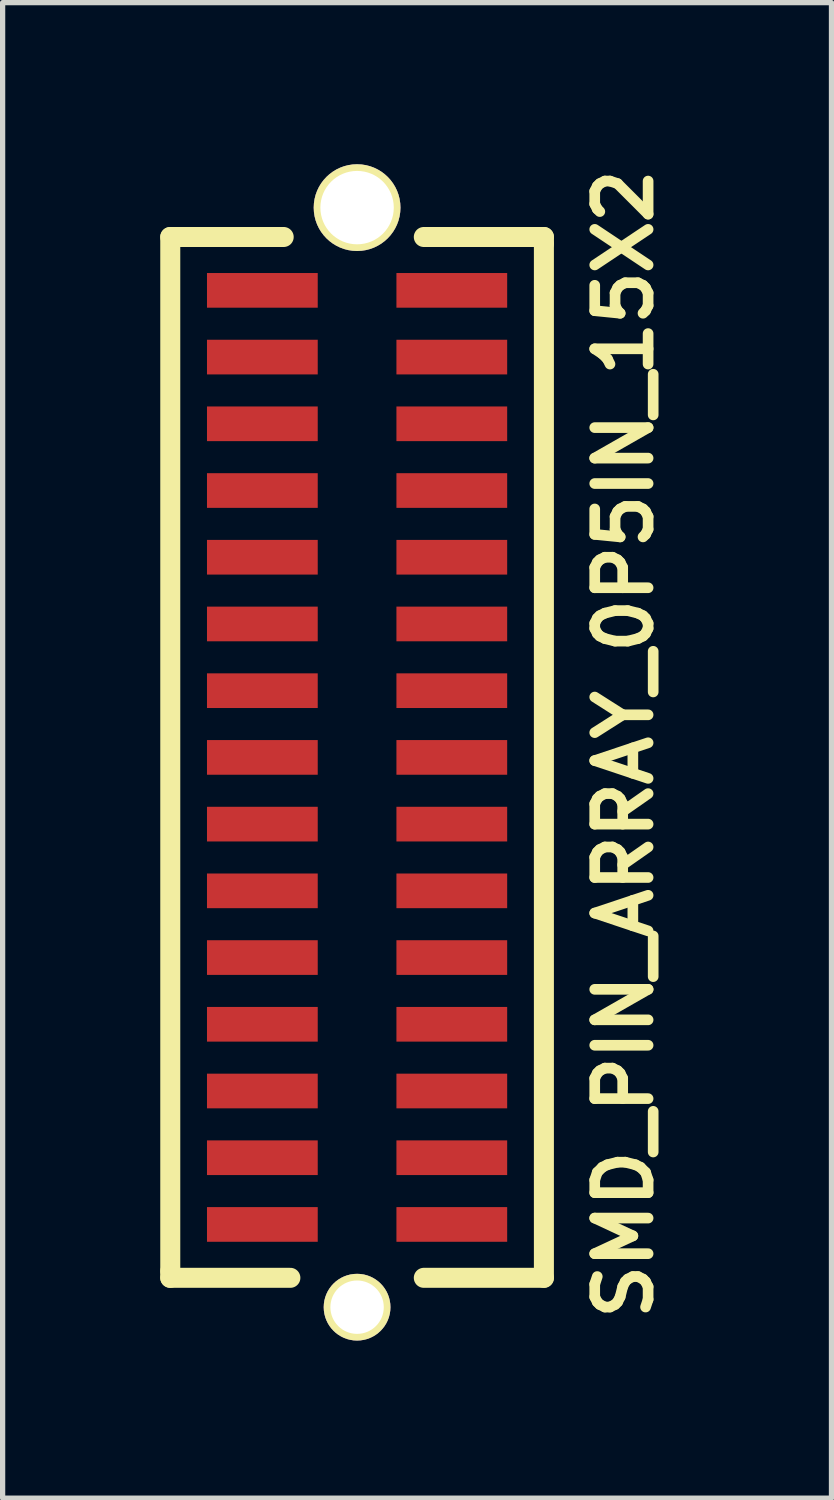
<source format=kicad_pcb>
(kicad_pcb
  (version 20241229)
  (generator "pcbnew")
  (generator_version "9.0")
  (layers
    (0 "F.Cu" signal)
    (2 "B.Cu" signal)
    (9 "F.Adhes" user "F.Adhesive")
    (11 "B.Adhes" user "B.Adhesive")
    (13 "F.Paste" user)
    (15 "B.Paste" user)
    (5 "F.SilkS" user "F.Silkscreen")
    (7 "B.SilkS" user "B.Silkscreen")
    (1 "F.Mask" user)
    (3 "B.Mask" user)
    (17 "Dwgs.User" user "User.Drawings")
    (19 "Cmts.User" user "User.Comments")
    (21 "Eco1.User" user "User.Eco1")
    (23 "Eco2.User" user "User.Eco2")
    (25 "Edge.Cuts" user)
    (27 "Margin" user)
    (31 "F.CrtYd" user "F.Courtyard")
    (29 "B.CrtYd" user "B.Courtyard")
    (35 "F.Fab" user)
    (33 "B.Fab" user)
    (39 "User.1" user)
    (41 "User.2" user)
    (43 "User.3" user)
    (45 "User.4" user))
  (footprint "SMD_PIN_ARRAY_0P5IN_15X2"
    (layer "F.Cu")
    (at 3.747 11.367)
    (property "Reference" "SMD_PIN_ARRAY_0P5IN_15X2" (at 5.08 -0.254 90) (layer "F.SilkS") (effects (font (size 1.016 1.016) (thickness 0.203))))
    (attr through_hole)
    (fp_line (start -3.556 -9.906) (end -3.556 9.779) (stroke (width 0.381) (type solid)) (layer "F.SilkS"))
    (fp_line (start -3.556 -9.906) (end -1.397 -9.906) (stroke (width 0.381) (type solid)) (layer "F.SilkS"))
    (fp_line (start -3.556 9.779) (end -3.556 9.906) (stroke (width 0.381) (type solid)) (layer "F.SilkS"))
    (fp_line (start -3.556 9.906) (end -1.27 9.906) (stroke (width 0.381) (type solid)) (layer "F.SilkS"))
    (fp_line (start 1.27 9.906) (end 3.556 9.906) (stroke (width 0.381) (type solid)) (layer "F.SilkS"))
    (fp_line (start 3.556 -9.906) (end 1.27 -9.906) (stroke (width 0.381) (type solid)) (layer "F.SilkS"))
    (fp_line (start 3.556 -9.779) (end 3.556 -9.906) (stroke (width 0.381) (type solid)) (layer "F.SilkS"))
    (fp_line (start 3.556 9.906) (end 3.556 -9.779) (stroke (width 0.381) (type solid)) (layer "F.SilkS"))
    (pad "" thru_hole circle (at 0 -10.465) (size 1.651 1.651) (drill 1.397) (layers "*.Cu" "*.Mask" "F.SilkS"))
    (pad "" thru_hole circle (at 0 10.465) (size 1.27 1.27) (drill 1.016) (layers "*.Cu" "*.Mask" "F.SilkS"))
    (pad "1" smd rect (at -1.803 -8.89) (size 2.108 0.66) (layers "F.Cu" "F.Mask" "F.Paste"))
    (pad "2" smd rect (at 1.803 -8.89) (size 2.108 0.66) (layers "F.Cu" "F.Mask" "F.Paste"))
    (pad "3" smd rect (at -1.803 -7.62) (size 2.108 0.66) (layers "F.Cu" "F.Mask" "F.Paste"))
    (pad "4" smd rect (at 1.803 -7.62) (size 2.108 0.66) (layers "F.Cu" "F.Mask" "F.Paste"))
    (pad "5" smd rect (at -1.803 -6.35) (size 2.108 0.66) (layers "F.Cu" "F.Mask" "F.Paste"))
    (pad "6" smd rect (at 1.803 -6.35) (size 2.108 0.66) (layers "F.Cu" "F.Mask" "F.Paste"))
    (pad "7" smd rect (at -1.803 -5.08) (size 2.108 0.66) (layers "F.Cu" "F.Mask" "F.Paste"))
    (pad "8" smd rect (at 1.803 -5.08) (size 2.108 0.66) (layers "F.Cu" "F.Mask" "F.Paste"))
    (pad "9" smd rect (at -1.803 -3.81) (size 2.108 0.66) (layers "F.Cu" "F.Mask" "F.Paste"))
    (pad "10" smd rect (at 1.803 -3.81) (size 2.108 0.66) (layers "F.Cu" "F.Mask" "F.Paste"))
    (pad "11" smd rect (at -1.803 -2.54) (size 2.108 0.66) (layers "F.Cu" "F.Mask" "F.Paste"))
    (pad "12" smd rect (at 1.803 -2.54) (size 2.108 0.66) (layers "F.Cu" "F.Mask" "F.Paste"))
    (pad "13" smd rect (at -1.803 -1.27) (size 2.108 0.66) (layers "F.Cu" "F.Mask" "F.Paste"))
    (pad "14" smd rect (at 1.803 -1.27) (size 2.108 0.66) (layers "F.Cu" "F.Mask" "F.Paste"))
    (pad "15" smd rect (at -1.803 0) (size 2.108 0.66) (layers "F.Cu" "F.Mask" "F.Paste"))
    (pad "16" smd rect (at 1.803 0) (size 2.108 0.66) (layers "F.Cu" "F.Mask" "F.Paste"))
    (pad "17" smd rect (at -1.803 1.27) (size 2.108 0.66) (layers "F.Cu" "F.Mask" "F.Paste"))
    (pad "18" smd rect (at 1.803 1.27) (size 2.108 0.66) (layers "F.Cu" "F.Mask" "F.Paste"))
    (pad "19" smd rect (at -1.803 2.54) (size 2.108 0.66) (layers "F.Cu" "F.Mask" "F.Paste"))
    (pad "20" smd rect (at 1.803 2.54) (size 2.108 0.66) (layers "F.Cu" "F.Mask" "F.Paste"))
    (pad "21" smd rect (at -1.803 3.81) (size 2.108 0.66) (layers "F.Cu" "F.Mask" "F.Paste"))
    (pad "22" smd rect (at 1.803 3.81) (size 2.108 0.66) (layers "F.Cu" "F.Mask" "F.Paste"))
    (pad "23" smd rect (at -1.803 5.08) (size 2.108 0.66) (layers "F.Cu" "F.Mask" "F.Paste"))
    (pad "24" smd rect (at 1.803 5.08) (size 2.108 0.66) (layers "F.Cu" "F.Mask" "F.Paste"))
    (pad "25" smd rect (at -1.803 6.35) (size 2.108 0.66) (layers "F.Cu" "F.Mask" "F.Paste"))
    (pad "26" smd rect (at 1.803 6.35) (size 2.108 0.66) (layers "F.Cu" "F.Mask" "F.Paste"))
    (pad "27" smd rect (at -1.803 7.62) (size 2.108 0.66) (layers "F.Cu" "F.Mask" "F.Paste"))
    (pad "28" smd rect (at 1.803 7.62) (size 2.108 0.66) (layers "F.Cu" "F.Mask" "F.Paste"))
    (pad "29" smd rect (at -1.803 8.89) (size 2.108 0.66) (layers "F.Cu" "F.Mask" "F.Paste"))
    (pad "30" smd rect (at 1.803 8.89) (size 2.108 0.66) (layers "F.Cu" "F.Mask" "F.Paste")))
  (gr_rect
    (start -3 -3)
    (end 12.777 25.467)
    (stroke (width 0.1) (type default))
    (fill no)
    (layer "Edge.Cuts")))
</source>
